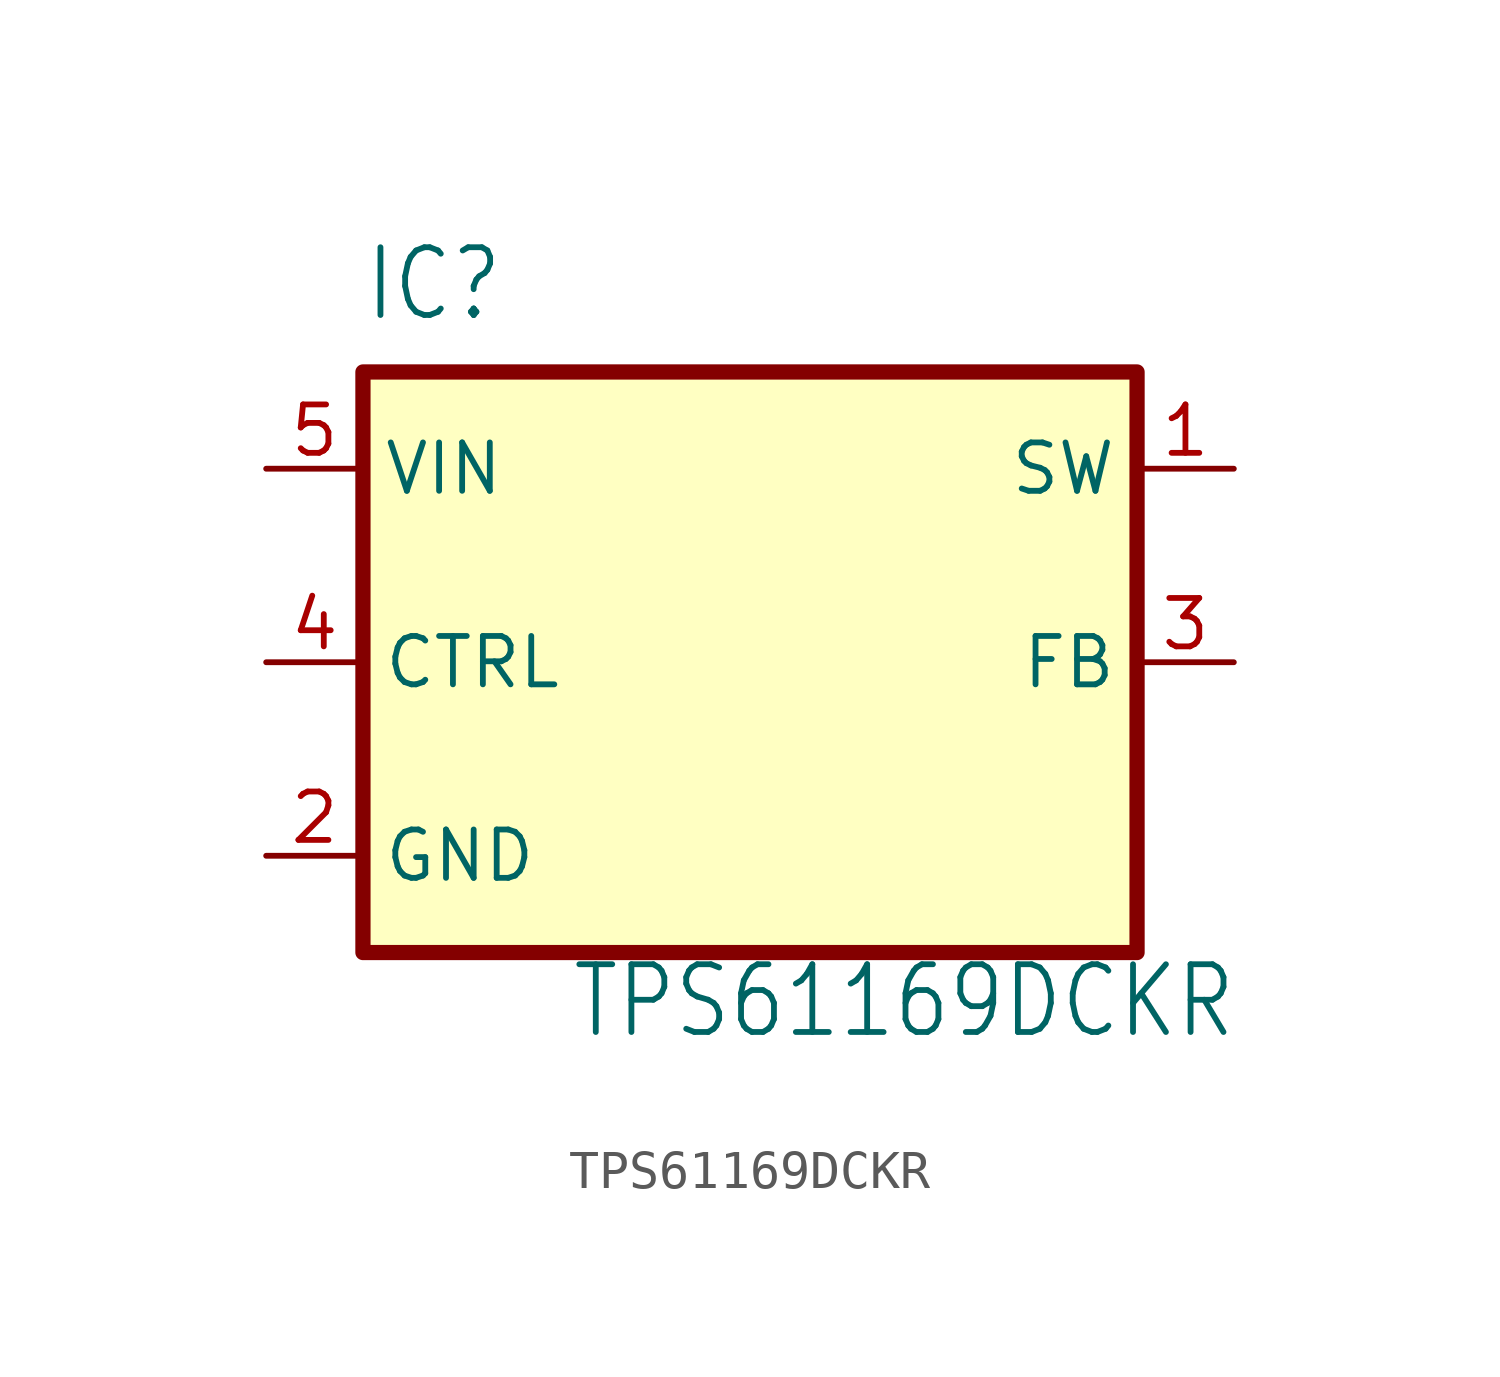
<source format=kicad_sym>
(kicad_symbol_lib
  (version 20220914)
  (generator kicad_symbol_editor)
  (symbol "TPS61169DCKR"
    (property "Reference" "IC"
      (at -10.16 8.89 0)
      (effects (font (size 1.778 1.511)) (justify left bottom)))
    (property "Value" "TPS61169DCKR"
      (at -4.724 -9.931 0)
      (effects (font (size 1.778 1.511)) (justify left bottom)))
    (symbol "TPS61169DCKR_1_0"
      (pin output line (at 12.7 5.08 180) (length 2.54) (name "SW" (effects (font (size 1.27 1.27)))) (number "1" (effects (font (size 1.27 1.27)))))
      (pin power_in line (at -12.7 -5.08 0) (length 2.54) (name "GND" (effects (font (size 1.27 1.27)))) (number "2" (effects (font (size 1.27 1.27)))))
      (pin input line (at 12.7 0 180) (length 2.54) (name "FB" (effects (font (size 1.27 1.27)))) (number "3" (effects (font (size 1.27 1.27)))))
      (pin input line (at -12.7 0 0) (length 2.54) (name "CTRL" (effects (font (size 1.27 1.27)))) (number "4" (effects (font (size 1.27 1.27)))))
      (pin input line (at -12.7 5.08 0) (length 2.54) (name "VIN" (effects (font (size 1.27 1.27)))) (number "5" (effects (font (size 1.27 1.27))))))
    (symbol "TPS61169DCKR_1_1"
      (rectangle (start -10.16 7.62) (end 10.16 -7.62) (stroke (width 0.4) (type default)) (fill (type background))))))
</source>
